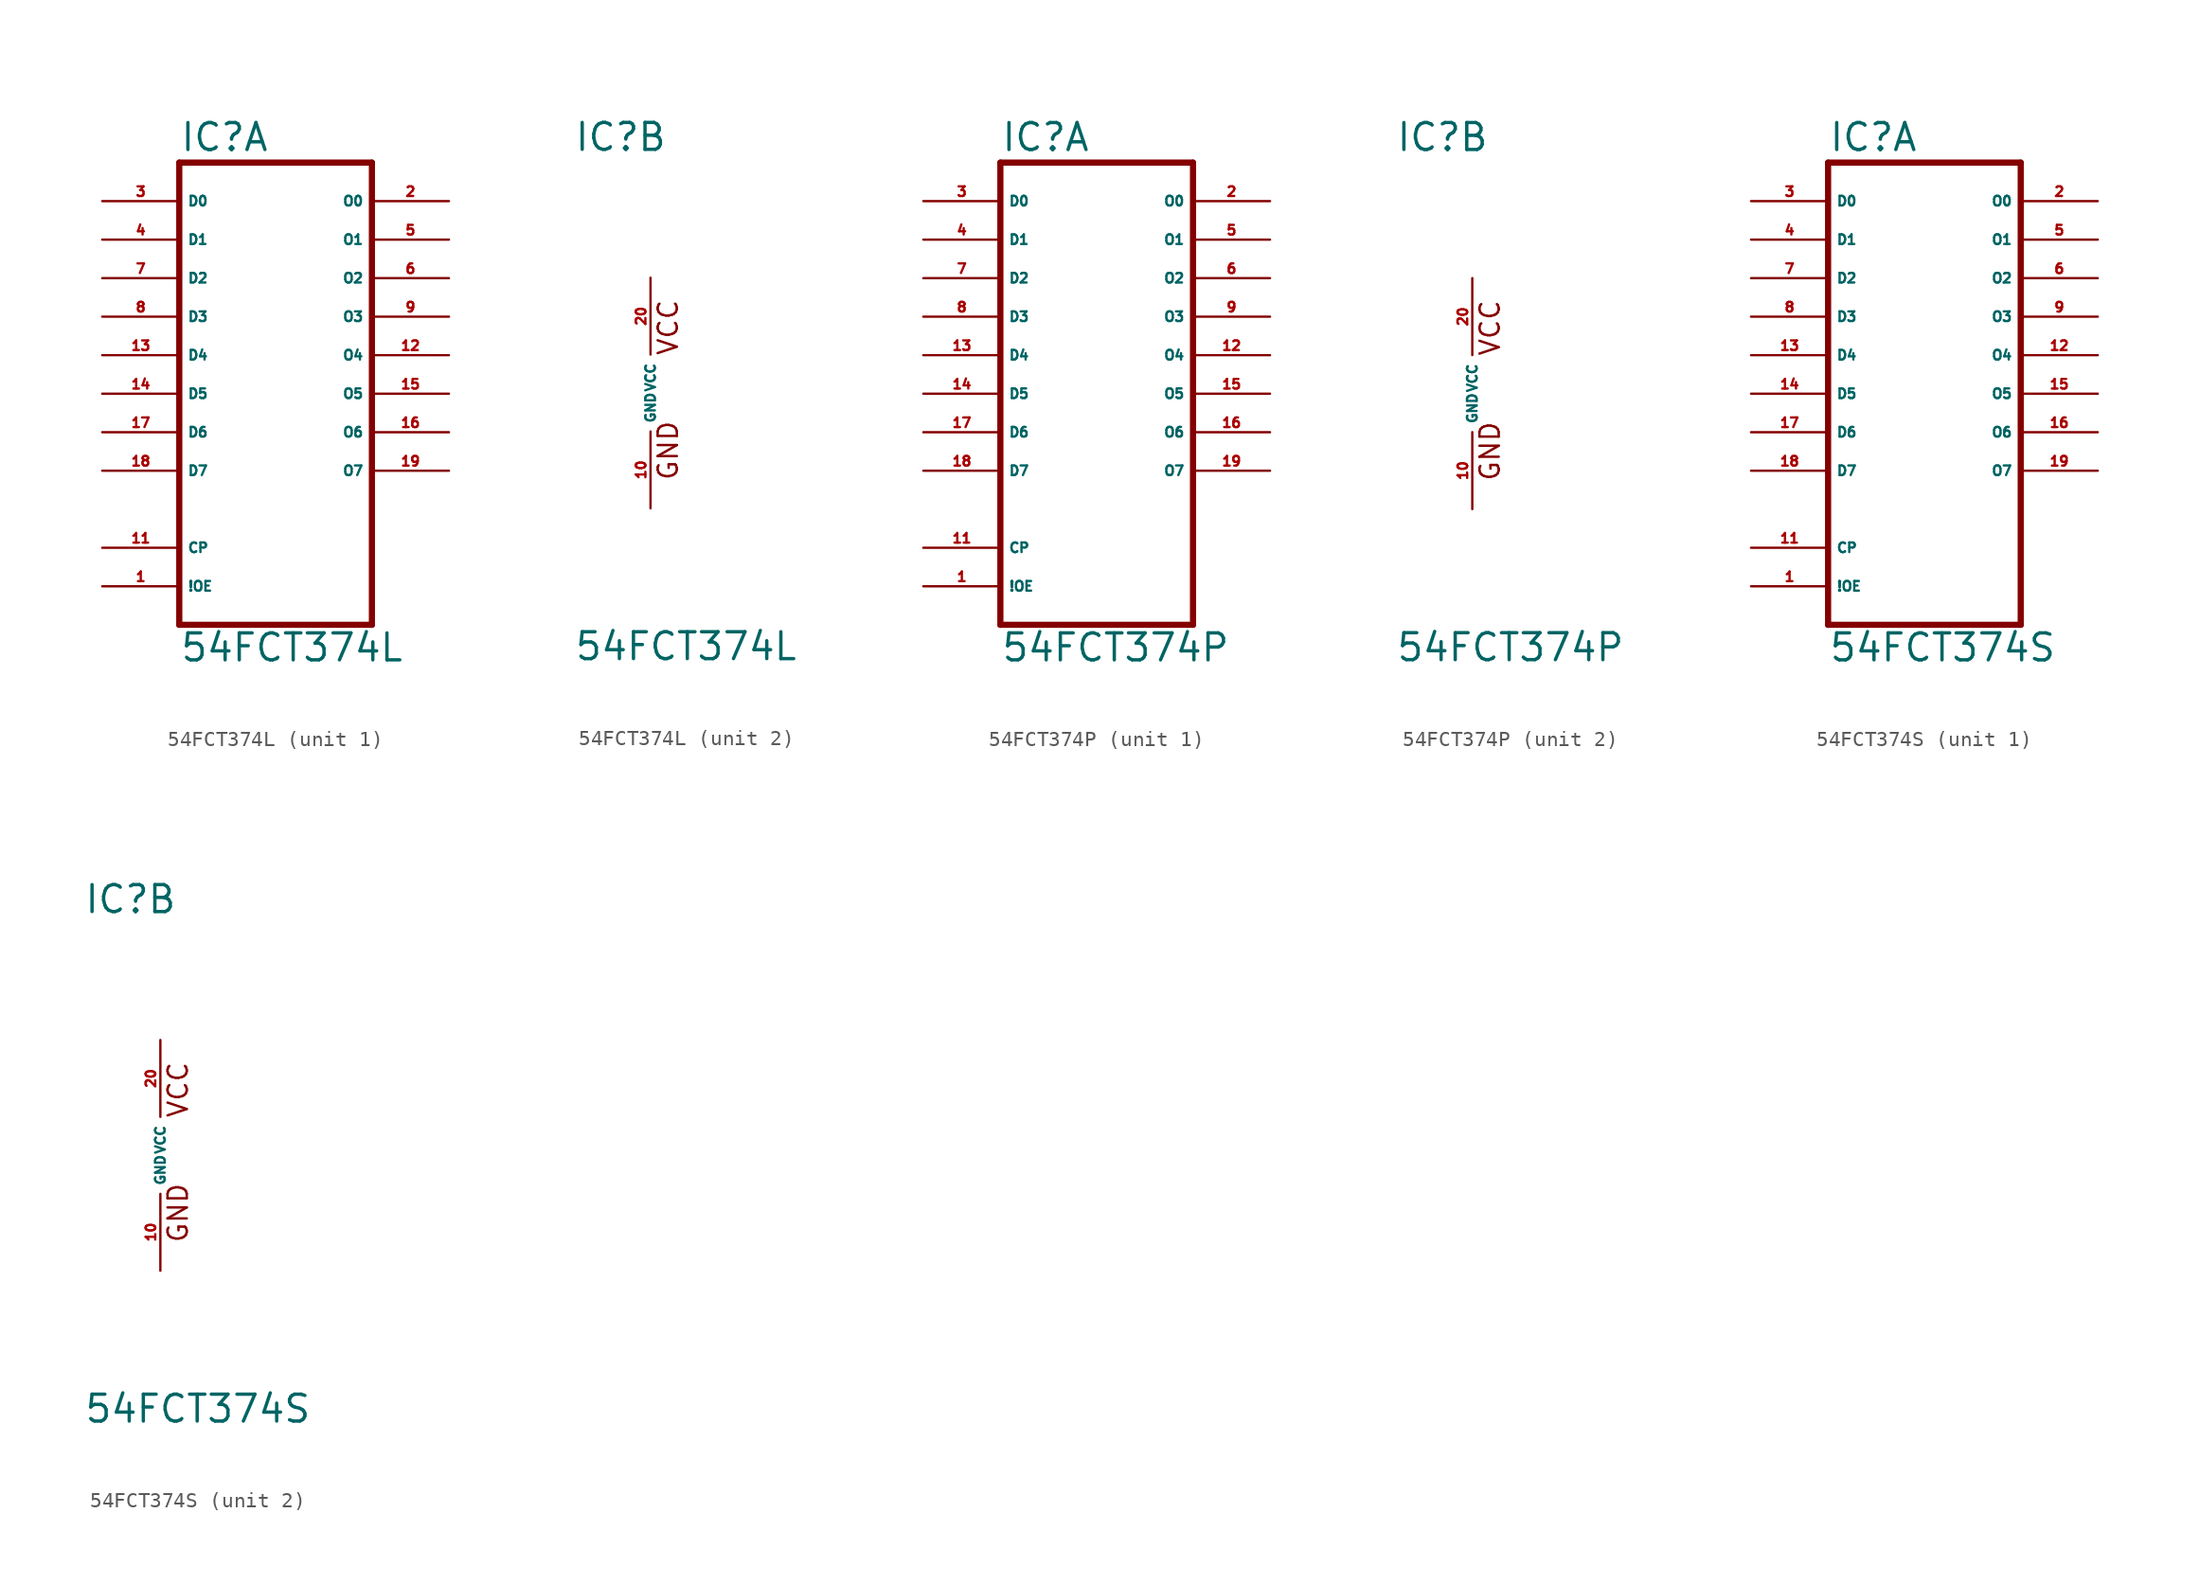
<source format=kicad_sym>
(kicad_symbol_lib
  (version 20220914)
  (generator Eagle2Kicad)
  (symbol "54FCT374L"
    (property "Reference" "IC"
      (at -5.08 15.875 0)
      (effects (font (size 1.778 1.778) (thickness 0.22)) (justify left bottom)))
    (property "Value" "54FCT374L"
      (at -5.08 -17.78 0)
      (effects (font (size 1.778 1.778) (thickness 0.22)) (justify left bottom)))
    (symbol "54FCT374L_1_0"
      (polyline (pts (xy -5.08 -15.24) (xy 7.62 -15.24)) (stroke (width 0.406) (type default)) (fill (type none)))
      (polyline (pts (xy 7.62 -15.24) (xy 7.62 15.24)) (stroke (width 0.406) (type default)) (fill (type none)))
      (polyline (pts (xy 7.62 15.24) (xy -5.08 15.24)) (stroke (width 0.406) (type default)) (fill (type none)))
      (polyline (pts (xy -5.08 15.24) (xy -5.08 -15.24)) (stroke (width 0.406) (type default)) (fill (type none)))
      (pin input line (at -10.16 12.7 0) (length 5.08) (name "D0" (effects (font (size 0.635 0.635) (thickness 0.08)) (justify left bottom))) (number "3" (effects (font (size 0.635 0.635) (thickness 0.08)) (justify left bottom))))
      (pin input line (at -10.16 10.16 0) (length 5.08) (name "D1" (effects (font (size 0.635 0.635) (thickness 0.08)) (justify left bottom))) (number "4" (effects (font (size 0.635 0.635) (thickness 0.08)) (justify left bottom))))
      (pin input line (at -10.16 7.62 0) (length 5.08) (name "D2" (effects (font (size 0.635 0.635) (thickness 0.08)) (justify left bottom))) (number "7" (effects (font (size 0.635 0.635) (thickness 0.08)) (justify left bottom))))
      (pin input line (at -10.16 5.08 0) (length 5.08) (name "D3" (effects (font (size 0.635 0.635) (thickness 0.08)) (justify left bottom))) (number "8" (effects (font (size 0.635 0.635) (thickness 0.08)) (justify left bottom))))
      (pin input line (at -10.16 2.54 0) (length 5.08) (name "D4" (effects (font (size 0.635 0.635) (thickness 0.08)) (justify left bottom))) (number "13" (effects (font (size 0.635 0.635) (thickness 0.08)) (justify left bottom))))
      (pin input line (at -10.16 0 0) (length 5.08) (name "D5" (effects (font (size 0.635 0.635) (thickness 0.08)) (justify left bottom))) (number "14" (effects (font (size 0.635 0.635) (thickness 0.08)) (justify left bottom))))
      (pin input line (at -10.16 -2.54 0) (length 5.08) (name "D6" (effects (font (size 0.635 0.635) (thickness 0.08)) (justify left bottom))) (number "17" (effects (font (size 0.635 0.635) (thickness 0.08)) (justify left bottom))))
      (pin input line (at -10.16 -5.08 0) (length 5.08) (name "D7" (effects (font (size 0.635 0.635) (thickness 0.08)) (justify left bottom))) (number "18" (effects (font (size 0.635 0.635) (thickness 0.08)) (justify left bottom))))
      (pin input line (at -10.16 -10.16 0) (length 5.08) (name "CP" (effects (font (size 0.635 0.635) (thickness 0.08)) (justify left bottom))) (number "11" (effects (font (size 0.635 0.635) (thickness 0.08)) (justify left bottom))))
      (pin input line (at -10.16 -12.7 0) (length 5.08) (name "!OE" (effects (font (size 0.635 0.635) (thickness 0.08)) (justify left bottom))) (number "1" (effects (font (size 0.635 0.635) (thickness 0.08)) (justify left bottom))))
      (pin output line (at 12.7 12.7 180) (length 5.08) (name "O0" (effects (font (size 0.635 0.635) (thickness 0.08)) (justify left bottom))) (number "2" (effects (font (size 0.635 0.635) (thickness 0.08)) (justify left bottom))))
      (pin output line (at 12.7 10.16 180) (length 5.08) (name "O1" (effects (font (size 0.635 0.635) (thickness 0.08)) (justify left bottom))) (number "5" (effects (font (size 0.635 0.635) (thickness 0.08)) (justify left bottom))))
      (pin output line (at 12.7 7.62 180) (length 5.08) (name "O2" (effects (font (size 0.635 0.635) (thickness 0.08)) (justify left bottom))) (number "6" (effects (font (size 0.635 0.635) (thickness 0.08)) (justify left bottom))))
      (pin output line (at 12.7 5.08 180) (length 5.08) (name "O3" (effects (font (size 0.635 0.635) (thickness 0.08)) (justify left bottom))) (number "9" (effects (font (size 0.635 0.635) (thickness 0.08)) (justify left bottom))))
      (pin output line (at 12.7 2.54 180) (length 5.08) (name "O4" (effects (font (size 0.635 0.635) (thickness 0.08)) (justify left bottom))) (number "12" (effects (font (size 0.635 0.635) (thickness 0.08)) (justify left bottom))))
      (pin output line (at 12.7 0 180) (length 5.08) (name "O5" (effects (font (size 0.635 0.635) (thickness 0.08)) (justify left bottom))) (number "15" (effects (font (size 0.635 0.635) (thickness 0.08)) (justify left bottom))))
      (pin output line (at 12.7 -2.54 180) (length 5.08) (name "O6" (effects (font (size 0.635 0.635) (thickness 0.08)) (justify left bottom))) (number "16" (effects (font (size 0.635 0.635) (thickness 0.08)) (justify left bottom))))
      (pin output line (at 12.7 -5.08 180) (length 5.08) (name "O7" (effects (font (size 0.635 0.635) (thickness 0.08)) (justify left bottom))) (number "19" (effects (font (size 0.635 0.635) (thickness 0.08)) (justify left bottom)))))
    (symbol "54FCT374L_2_0"
      (text "GND" (at 1.905 -5.842 900) (effects (font (size 1.27 1.27) (thickness 0.16)) (justify left bottom)))
      (text "VCC" (at 1.905 2.413 900) (effects (font (size 1.27 1.27) (thickness 0.16)) (justify left bottom)))
      (pin unspecified line (at 0 7.62 270) (length 5.08) (name "VCC" (effects (font (size 0.635 0.635) (thickness 0.08)) (justify left bottom))) (number "20" (effects (font (size 0.635 0.635) (thickness 0.08)) (justify left bottom))))
      (pin unspecified line (at 0 -7.62 90) (length 5.08) (name "GND" (effects (font (size 0.635 0.635) (thickness 0.08)) (justify left bottom))) (number "10" (effects (font (size 0.635 0.635) (thickness 0.08)) (justify left bottom))))))
  (symbol "54FCT374P"
    (property "Reference" "IC"
      (at -5.08 15.875 0)
      (effects (font (size 1.778 1.778) (thickness 0.22)) (justify left bottom)))
    (property "Value" "54FCT374P"
      (at -5.08 -17.78 0)
      (effects (font (size 1.778 1.778) (thickness 0.22)) (justify left bottom)))
    (symbol "54FCT374P_1_0"
      (polyline (pts (xy -5.08 -15.24) (xy 7.62 -15.24)) (stroke (width 0.406) (type default)) (fill (type none)))
      (polyline (pts (xy 7.62 -15.24) (xy 7.62 15.24)) (stroke (width 0.406) (type default)) (fill (type none)))
      (polyline (pts (xy 7.62 15.24) (xy -5.08 15.24)) (stroke (width 0.406) (type default)) (fill (type none)))
      (polyline (pts (xy -5.08 15.24) (xy -5.08 -15.24)) (stroke (width 0.406) (type default)) (fill (type none)))
      (pin input line (at -10.16 12.7 0) (length 5.08) (name "D0" (effects (font (size 0.635 0.635) (thickness 0.08)) (justify left bottom))) (number "3" (effects (font (size 0.635 0.635) (thickness 0.08)) (justify left bottom))))
      (pin input line (at -10.16 10.16 0) (length 5.08) (name "D1" (effects (font (size 0.635 0.635) (thickness 0.08)) (justify left bottom))) (number "4" (effects (font (size 0.635 0.635) (thickness 0.08)) (justify left bottom))))
      (pin input line (at -10.16 7.62 0) (length 5.08) (name "D2" (effects (font (size 0.635 0.635) (thickness 0.08)) (justify left bottom))) (number "7" (effects (font (size 0.635 0.635) (thickness 0.08)) (justify left bottom))))
      (pin input line (at -10.16 5.08 0) (length 5.08) (name "D3" (effects (font (size 0.635 0.635) (thickness 0.08)) (justify left bottom))) (number "8" (effects (font (size 0.635 0.635) (thickness 0.08)) (justify left bottom))))
      (pin input line (at -10.16 2.54 0) (length 5.08) (name "D4" (effects (font (size 0.635 0.635) (thickness 0.08)) (justify left bottom))) (number "13" (effects (font (size 0.635 0.635) (thickness 0.08)) (justify left bottom))))
      (pin input line (at -10.16 0 0) (length 5.08) (name "D5" (effects (font (size 0.635 0.635) (thickness 0.08)) (justify left bottom))) (number "14" (effects (font (size 0.635 0.635) (thickness 0.08)) (justify left bottom))))
      (pin input line (at -10.16 -2.54 0) (length 5.08) (name "D6" (effects (font (size 0.635 0.635) (thickness 0.08)) (justify left bottom))) (number "17" (effects (font (size 0.635 0.635) (thickness 0.08)) (justify left bottom))))
      (pin input line (at -10.16 -5.08 0) (length 5.08) (name "D7" (effects (font (size 0.635 0.635) (thickness 0.08)) (justify left bottom))) (number "18" (effects (font (size 0.635 0.635) (thickness 0.08)) (justify left bottom))))
      (pin input line (at -10.16 -10.16 0) (length 5.08) (name "CP" (effects (font (size 0.635 0.635) (thickness 0.08)) (justify left bottom))) (number "11" (effects (font (size 0.635 0.635) (thickness 0.08)) (justify left bottom))))
      (pin input line (at -10.16 -12.7 0) (length 5.08) (name "!OE" (effects (font (size 0.635 0.635) (thickness 0.08)) (justify left bottom))) (number "1" (effects (font (size 0.635 0.635) (thickness 0.08)) (justify left bottom))))
      (pin output line (at 12.7 12.7 180) (length 5.08) (name "O0" (effects (font (size 0.635 0.635) (thickness 0.08)) (justify left bottom))) (number "2" (effects (font (size 0.635 0.635) (thickness 0.08)) (justify left bottom))))
      (pin output line (at 12.7 10.16 180) (length 5.08) (name "O1" (effects (font (size 0.635 0.635) (thickness 0.08)) (justify left bottom))) (number "5" (effects (font (size 0.635 0.635) (thickness 0.08)) (justify left bottom))))
      (pin output line (at 12.7 7.62 180) (length 5.08) (name "O2" (effects (font (size 0.635 0.635) (thickness 0.08)) (justify left bottom))) (number "6" (effects (font (size 0.635 0.635) (thickness 0.08)) (justify left bottom))))
      (pin output line (at 12.7 5.08 180) (length 5.08) (name "O3" (effects (font (size 0.635 0.635) (thickness 0.08)) (justify left bottom))) (number "9" (effects (font (size 0.635 0.635) (thickness 0.08)) (justify left bottom))))
      (pin output line (at 12.7 2.54 180) (length 5.08) (name "O4" (effects (font (size 0.635 0.635) (thickness 0.08)) (justify left bottom))) (number "12" (effects (font (size 0.635 0.635) (thickness 0.08)) (justify left bottom))))
      (pin output line (at 12.7 0 180) (length 5.08) (name "O5" (effects (font (size 0.635 0.635) (thickness 0.08)) (justify left bottom))) (number "15" (effects (font (size 0.635 0.635) (thickness 0.08)) (justify left bottom))))
      (pin output line (at 12.7 -2.54 180) (length 5.08) (name "O6" (effects (font (size 0.635 0.635) (thickness 0.08)) (justify left bottom))) (number "16" (effects (font (size 0.635 0.635) (thickness 0.08)) (justify left bottom))))
      (pin output line (at 12.7 -5.08 180) (length 5.08) (name "O7" (effects (font (size 0.635 0.635) (thickness 0.08)) (justify left bottom))) (number "19" (effects (font (size 0.635 0.635) (thickness 0.08)) (justify left bottom)))))
    (symbol "54FCT374P_2_0"
      (text "GND" (at 1.905 -5.842 900) (effects (font (size 1.27 1.27) (thickness 0.16)) (justify left bottom)))
      (text "VCC" (at 1.905 2.413 900) (effects (font (size 1.27 1.27) (thickness 0.16)) (justify left bottom)))
      (pin unspecified line (at 0 7.62 270) (length 5.08) (name "VCC" (effects (font (size 0.635 0.635) (thickness 0.08)) (justify left bottom))) (number "20" (effects (font (size 0.635 0.635) (thickness 0.08)) (justify left bottom))))
      (pin unspecified line (at 0 -7.62 90) (length 5.08) (name "GND" (effects (font (size 0.635 0.635) (thickness 0.08)) (justify left bottom))) (number "10" (effects (font (size 0.635 0.635) (thickness 0.08)) (justify left bottom))))))
  (symbol "54FCT374S"
    (property "Reference" "IC"
      (at -5.08 15.875 0)
      (effects (font (size 1.778 1.778) (thickness 0.22)) (justify left bottom)))
    (property "Value" "54FCT374S"
      (at -5.08 -17.78 0)
      (effects (font (size 1.778 1.778) (thickness 0.22)) (justify left bottom)))
    (symbol "54FCT374S_1_0"
      (polyline (pts (xy -5.08 -15.24) (xy 7.62 -15.24)) (stroke (width 0.406) (type default)) (fill (type none)))
      (polyline (pts (xy 7.62 -15.24) (xy 7.62 15.24)) (stroke (width 0.406) (type default)) (fill (type none)))
      (polyline (pts (xy 7.62 15.24) (xy -5.08 15.24)) (stroke (width 0.406) (type default)) (fill (type none)))
      (polyline (pts (xy -5.08 15.24) (xy -5.08 -15.24)) (stroke (width 0.406) (type default)) (fill (type none)))
      (pin input line (at -10.16 12.7 0) (length 5.08) (name "D0" (effects (font (size 0.635 0.635) (thickness 0.08)) (justify left bottom))) (number "3" (effects (font (size 0.635 0.635) (thickness 0.08)) (justify left bottom))))
      (pin input line (at -10.16 10.16 0) (length 5.08) (name "D1" (effects (font (size 0.635 0.635) (thickness 0.08)) (justify left bottom))) (number "4" (effects (font (size 0.635 0.635) (thickness 0.08)) (justify left bottom))))
      (pin input line (at -10.16 7.62 0) (length 5.08) (name "D2" (effects (font (size 0.635 0.635) (thickness 0.08)) (justify left bottom))) (number "7" (effects (font (size 0.635 0.635) (thickness 0.08)) (justify left bottom))))
      (pin input line (at -10.16 5.08 0) (length 5.08) (name "D3" (effects (font (size 0.635 0.635) (thickness 0.08)) (justify left bottom))) (number "8" (effects (font (size 0.635 0.635) (thickness 0.08)) (justify left bottom))))
      (pin input line (at -10.16 2.54 0) (length 5.08) (name "D4" (effects (font (size 0.635 0.635) (thickness 0.08)) (justify left bottom))) (number "13" (effects (font (size 0.635 0.635) (thickness 0.08)) (justify left bottom))))
      (pin input line (at -10.16 0 0) (length 5.08) (name "D5" (effects (font (size 0.635 0.635) (thickness 0.08)) (justify left bottom))) (number "14" (effects (font (size 0.635 0.635) (thickness 0.08)) (justify left bottom))))
      (pin input line (at -10.16 -2.54 0) (length 5.08) (name "D6" (effects (font (size 0.635 0.635) (thickness 0.08)) (justify left bottom))) (number "17" (effects (font (size 0.635 0.635) (thickness 0.08)) (justify left bottom))))
      (pin input line (at -10.16 -5.08 0) (length 5.08) (name "D7" (effects (font (size 0.635 0.635) (thickness 0.08)) (justify left bottom))) (number "18" (effects (font (size 0.635 0.635) (thickness 0.08)) (justify left bottom))))
      (pin input line (at -10.16 -10.16 0) (length 5.08) (name "CP" (effects (font (size 0.635 0.635) (thickness 0.08)) (justify left bottom))) (number "11" (effects (font (size 0.635 0.635) (thickness 0.08)) (justify left bottom))))
      (pin input line (at -10.16 -12.7 0) (length 5.08) (name "!OE" (effects (font (size 0.635 0.635) (thickness 0.08)) (justify left bottom))) (number "1" (effects (font (size 0.635 0.635) (thickness 0.08)) (justify left bottom))))
      (pin output line (at 12.7 12.7 180) (length 5.08) (name "O0" (effects (font (size 0.635 0.635) (thickness 0.08)) (justify left bottom))) (number "2" (effects (font (size 0.635 0.635) (thickness 0.08)) (justify left bottom))))
      (pin output line (at 12.7 10.16 180) (length 5.08) (name "O1" (effects (font (size 0.635 0.635) (thickness 0.08)) (justify left bottom))) (number "5" (effects (font (size 0.635 0.635) (thickness 0.08)) (justify left bottom))))
      (pin output line (at 12.7 7.62 180) (length 5.08) (name "O2" (effects (font (size 0.635 0.635) (thickness 0.08)) (justify left bottom))) (number "6" (effects (font (size 0.635 0.635) (thickness 0.08)) (justify left bottom))))
      (pin output line (at 12.7 5.08 180) (length 5.08) (name "O3" (effects (font (size 0.635 0.635) (thickness 0.08)) (justify left bottom))) (number "9" (effects (font (size 0.635 0.635) (thickness 0.08)) (justify left bottom))))
      (pin output line (at 12.7 2.54 180) (length 5.08) (name "O4" (effects (font (size 0.635 0.635) (thickness 0.08)) (justify left bottom))) (number "12" (effects (font (size 0.635 0.635) (thickness 0.08)) (justify left bottom))))
      (pin output line (at 12.7 0 180) (length 5.08) (name "O5" (effects (font (size 0.635 0.635) (thickness 0.08)) (justify left bottom))) (number "15" (effects (font (size 0.635 0.635) (thickness 0.08)) (justify left bottom))))
      (pin output line (at 12.7 -2.54 180) (length 5.08) (name "O6" (effects (font (size 0.635 0.635) (thickness 0.08)) (justify left bottom))) (number "16" (effects (font (size 0.635 0.635) (thickness 0.08)) (justify left bottom))))
      (pin output line (at 12.7 -5.08 180) (length 5.08) (name "O7" (effects (font (size 0.635 0.635) (thickness 0.08)) (justify left bottom))) (number "19" (effects (font (size 0.635 0.635) (thickness 0.08)) (justify left bottom)))))
    (symbol "54FCT374S_2_0"
      (text "GND" (at 1.905 -5.842 900) (effects (font (size 1.27 1.27) (thickness 0.16)) (justify left bottom)))
      (text "VCC" (at 1.905 2.413 900) (effects (font (size 1.27 1.27) (thickness 0.16)) (justify left bottom)))
      (pin unspecified line (at 0 7.62 270) (length 5.08) (name "VCC" (effects (font (size 0.635 0.635) (thickness 0.08)) (justify left bottom))) (number "20" (effects (font (size 0.635 0.635) (thickness 0.08)) (justify left bottom))))
      (pin unspecified line (at 0 -7.62 90) (length 5.08) (name "GND" (effects (font (size 0.635 0.635) (thickness 0.08)) (justify left bottom))) (number "10" (effects (font (size 0.635 0.635) (thickness 0.08)) (justify left bottom)))))))
</source>
